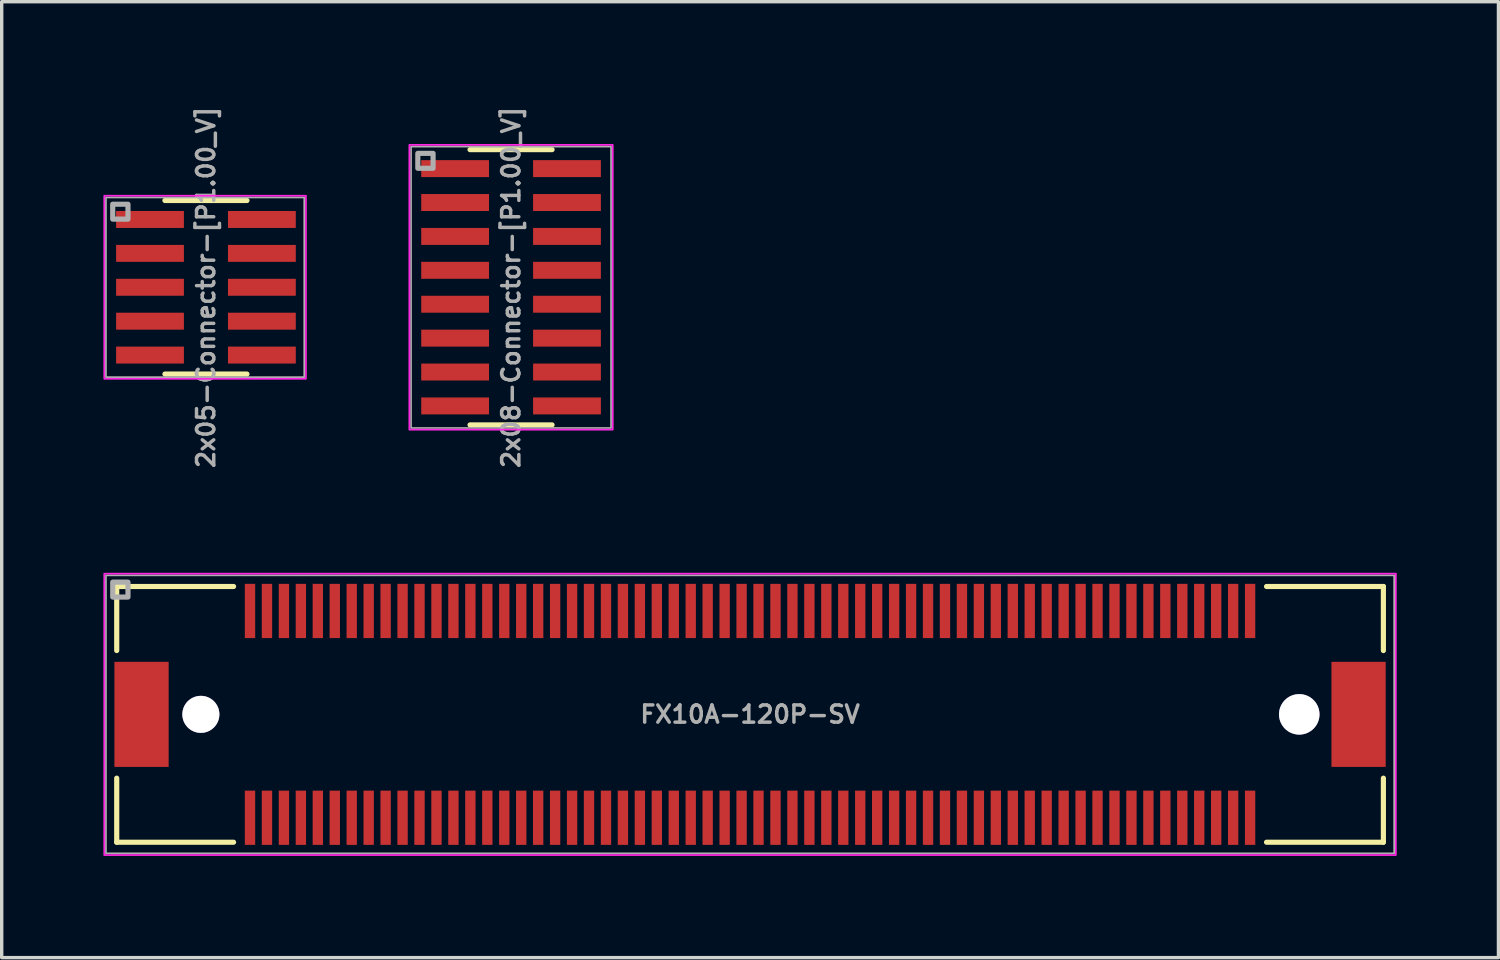
<source format=kicad_pcb>
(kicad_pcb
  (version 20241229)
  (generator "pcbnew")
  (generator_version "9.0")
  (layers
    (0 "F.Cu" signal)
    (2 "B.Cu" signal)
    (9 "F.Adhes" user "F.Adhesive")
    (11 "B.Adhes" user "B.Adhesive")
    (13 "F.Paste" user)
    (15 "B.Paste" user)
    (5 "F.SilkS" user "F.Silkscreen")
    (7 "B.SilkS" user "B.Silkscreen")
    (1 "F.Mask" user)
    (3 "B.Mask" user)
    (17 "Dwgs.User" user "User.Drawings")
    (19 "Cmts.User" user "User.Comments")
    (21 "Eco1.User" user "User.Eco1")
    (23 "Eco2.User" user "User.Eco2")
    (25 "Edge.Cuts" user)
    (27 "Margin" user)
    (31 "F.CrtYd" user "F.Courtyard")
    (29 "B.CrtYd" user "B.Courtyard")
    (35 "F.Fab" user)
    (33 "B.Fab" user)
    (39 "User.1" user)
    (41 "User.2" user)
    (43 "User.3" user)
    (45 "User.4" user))
  (footprint "2x05-Connector-[P1.00_V]"
    (layer "F.Cu")
    (at 3.025 5.424)
    (property "Reference" "2x05-Connector-[P1.00_V]" (at 0 0 270) (layer "F.Fab") (effects (font (size 0.508 0.508) (thickness 0.102))))
    (attr smd)
    (fp_line (start -1.21 -2.56) (end 1.21 -2.56) (stroke (width 0.152) (type solid)) (layer "F.SilkS"))
    (fp_line (start -1.21 2.56) (end 1.21 2.56) (stroke (width 0.152) (type solid)) (layer "F.SilkS"))
    (fp_rect (start -3 -2.7) (end 2.95 2.7) (stroke (width 0.05) (type solid)) (fill no) (layer "F.CrtYd"))
    (fp_rect (start 0 0) (end 0 0) (stroke (width 0.05) (type solid)) (fill no) (layer "F.CrtYd"))
    (fp_rect (start -2.95 -2.65) (end 2.9 2.65) (stroke (width 0.051) (type solid)) (fill no) (layer "F.Fab"))
    (fp_rect (start -2.75 -2.01) (end -2.3 -2.45) (stroke (width 0.152) (type solid)) (fill no) (layer "F.Fab"))
    (fp_rect (start 0 0) (end 0 0) (stroke (width 0.1) (type solid)) (fill no) (layer "F.Fab"))
    (pad "1" smd rect (at -1.65 -2) (size 2 0.5) (layers "F.Cu" "F.Mask" "F.Paste"))
    (pad "2" smd rect (at 1.65 -2) (size 2 0.5) (layers "F.Cu" "F.Mask" "F.Paste"))
    (pad "3" smd rect (at -1.65 -1) (size 2 0.5) (layers "F.Cu" "F.Mask" "F.Paste"))
    (pad "4" smd rect (at 1.65 -1) (size 2 0.5) (layers "F.Cu" "F.Mask" "F.Paste"))
    (pad "5" smd rect (at -1.65 0) (size 2 0.5) (layers "F.Cu" "F.Mask" "F.Paste"))
    (pad "6" smd rect (at 1.65 0) (size 2 0.5) (layers "F.Cu" "F.Mask" "F.Paste"))
    (pad "7" smd rect (at -1.65 1) (size 2 0.5) (layers "F.Cu" "F.Mask" "F.Paste"))
    (pad "8" smd rect (at 1.65 1) (size 2 0.5) (layers "F.Cu" "F.Mask" "F.Paste"))
    (pad "9" smd rect (at -1.65 2) (size 2 0.5) (layers "F.Cu" "F.Mask" "F.Paste"))
    (pad "10" smd rect (at 1.65 2) (size 2 0.5) (layers "F.Cu" "F.Mask" "F.Paste")))
  (footprint "2x08-Connector-[P1.00_V]"
    (layer "F.Cu")
    (at 12.025 5.424)
    (property "Reference" "2x08-Connector-[P1.00_V]" (at 0 0 90) (layer "F.Fab") (effects (font (size 0.508 0.508) (thickness 0.102))))
    (attr smd)
    (fp_line (start -1.21 -4.06) (end 1.21 -4.06) (stroke (width 0.152) (type solid)) (layer "F.SilkS"))
    (fp_line (start -1.21 4.06) (end 1.21 4.06) (stroke (width 0.152) (type solid)) (layer "F.SilkS"))
    (fp_rect (start 0 0) (end 0 0) (stroke (width 0.05) (type solid)) (fill no) (layer "F.CrtYd"))
    (fp_rect (start 3 -4.2) (end -3 4.2) (stroke (width 0.051) (type solid)) (fill no) (layer "F.CrtYd"))
    (fp_rect (start -2.95 -4.15) (end 2.95 4.15) (stroke (width 0.051) (type solid)) (fill no) (layer "F.Fab"))
    (fp_rect (start -2.75 -3.51) (end -2.3 -3.95) (stroke (width 0.152) (type solid)) (fill no) (layer "F.Fab"))
    (fp_rect (start 0 0) (end 0 0) (stroke (width 0.1) (type solid)) (fill no) (layer "F.Fab"))
    (pad "1" smd rect (at -1.65 -3.5) (size 2 0.5) (layers "F.Cu" "F.Mask" "F.Paste"))
    (pad "2" smd rect (at 1.65 -3.5) (size 2 0.5) (layers "F.Cu" "F.Mask" "F.Paste"))
    (pad "3" smd rect (at -1.65 -2.5) (size 2 0.5) (layers "F.Cu" "F.Mask" "F.Paste"))
    (pad "4" smd rect (at 1.65 -2.5) (size 2 0.5) (layers "F.Cu" "F.Mask" "F.Paste"))
    (pad "5" smd rect (at -1.65 -1.5) (size 2 0.5) (layers "F.Cu" "F.Mask" "F.Paste"))
    (pad "6" smd rect (at 1.65 -1.5) (size 2 0.5) (layers "F.Cu" "F.Mask" "F.Paste"))
    (pad "7" smd rect (at -1.65 -0.5) (size 2 0.5) (layers "F.Cu" "F.Mask" "F.Paste"))
    (pad "8" smd rect (at 1.65 -0.5) (size 2 0.5) (layers "F.Cu" "F.Mask" "F.Paste"))
    (pad "9" smd rect (at -1.65 0.5) (size 2 0.5) (layers "F.Cu" "F.Mask" "F.Paste"))
    (pad "10" smd rect (at 1.65 0.5) (size 2 0.5) (layers "F.Cu" "F.Mask" "F.Paste"))
    (pad "11" smd rect (at -1.65 1.5) (size 2 0.5) (layers "F.Cu" "F.Mask" "F.Paste"))
    (pad "12" smd rect (at 1.65 1.5) (size 2 0.5) (layers "F.Cu" "F.Mask" "F.Paste"))
    (pad "13" smd rect (at -1.65 2.5) (size 2 0.5) (layers "F.Cu" "F.Mask" "F.Paste"))
    (pad "14" smd rect (at 1.65 2.5) (size 2 0.5) (layers "F.Cu" "F.Mask" "F.Paste"))
    (pad "15" smd rect (at -1.65 3.5) (size 2 0.5) (layers "F.Cu" "F.Mask" "F.Paste"))
    (pad "16" smd rect (at 1.65 3.5) (size 2 0.5) (layers "F.Cu" "F.Mask" "F.Paste")))
  (footprint "FX10A-120P-SV"
    (layer "F.Cu")
    (at 19.075 18.022)
    (property "Reference" "FX10A-120P-SV" (at 0 0 0) (layer "F.Fab") (effects (font (size 0.508 0.508) (thickness 0.102))))
    (attr smd)
    (fp_line (start -18.682 -3.772) (end -18.682 -1.882) (stroke (width 0.152) (type solid)) (layer "F.SilkS"))
    (fp_line (start -18.682 1.882) (end -18.682 3.772) (stroke (width 0.152) (type solid)) (layer "F.SilkS"))
    (fp_line (start -18.682 3.772) (end -15.235 3.772) (stroke (width 0.152) (type solid)) (layer "F.SilkS"))
    (fp_line (start -15.235 -3.772) (end -18.682 -3.772) (stroke (width 0.152) (type solid)) (layer "F.SilkS"))
    (fp_line (start 15.235 3.772) (end 18.682 3.772) (stroke (width 0.152) (type solid)) (layer "F.SilkS"))
    (fp_line (start 18.682 -3.772) (end 15.235 -3.772) (stroke (width 0.152) (type solid)) (layer "F.SilkS"))
    (fp_line (start 18.682 -1.882) (end 18.682 -3.772) (stroke (width 0.152) (type solid)) (layer "F.SilkS"))
    (fp_line (start 18.682 3.772) (end 18.682 1.882) (stroke (width 0.152) (type solid)) (layer "F.SilkS"))
    (fp_rect (start 0 0) (end 0 0) (stroke (width 0.05) (type solid)) (fill no) (layer "F.CrtYd"))
    (fp_rect (start 19.05 4.15) (end -19.05 -4.15) (stroke (width 0.051) (type solid)) (fill no) (layer "F.CrtYd"))
    (fp_rect (start -19 -4.1) (end 19 4.1) (stroke (width 0.051) (type solid)) (fill no) (layer "F.Fab"))
    (fp_rect (start -18.8 -3.46) (end -18.35 -3.9) (stroke (width 0.152) (type solid)) (fill no) (layer "F.Fab"))
    (fp_rect (start 0 0) (end 0 0) (stroke (width 0.1) (type solid)) (fill no) (layer "F.Fab"))
    (pad "1" smd rect (at -14.75 -3.05) (size 0.305 1.6) (layers "F.Cu" "F.Mask" "F.Paste"))
    (pad "2" smd rect (at -14.75 3.05) (size 0.305 1.6) (layers "F.Cu" "F.Mask" "F.Paste"))
    (pad "3" smd rect (at -14.25 -3.05) (size 0.305 1.6) (layers "F.Cu" "F.Mask" "F.Paste"))
    (pad "4" smd rect (at -14.25 3.05) (size 0.305 1.6) (layers "F.Cu" "F.Mask" "F.Paste"))
    (pad "5" smd rect (at -13.75 -3.05) (size 0.305 1.6) (layers "F.Cu" "F.Mask" "F.Paste"))
    (pad "6" smd rect (at -13.75 3.05) (size 0.305 1.6) (layers "F.Cu" "F.Mask" "F.Paste"))
    (pad "7" smd rect (at -13.25 -3.05) (size 0.305 1.6) (layers "F.Cu" "F.Mask" "F.Paste"))
    (pad "8" smd rect (at -13.25 3.05) (size 0.305 1.6) (layers "F.Cu" "F.Mask" "F.Paste"))
    (pad "9" smd rect (at -12.75 -3.05) (size 0.305 1.6) (layers "F.Cu" "F.Mask" "F.Paste"))
    (pad "10" smd rect (at -12.75 3.05) (size 0.305 1.6) (layers "F.Cu" "F.Mask" "F.Paste"))
    (pad "11" smd rect (at -12.25 -3.05) (size 0.305 1.6) (layers "F.Cu" "F.Mask" "F.Paste"))
    (pad "12" smd rect (at -12.25 3.05) (size 0.305 1.6) (layers "F.Cu" "F.Mask" "F.Paste"))
    (pad "13" smd rect (at -11.75 -3.05) (size 0.305 1.6) (layers "F.Cu" "F.Mask" "F.Paste"))
    (pad "14" smd rect (at -11.75 3.05) (size 0.305 1.6) (layers "F.Cu" "F.Mask" "F.Paste"))
    (pad "15" smd rect (at -11.25 -3.05) (size 0.305 1.6) (layers "F.Cu" "F.Mask" "F.Paste"))
    (pad "16" smd rect (at -11.25 3.05) (size 0.305 1.6) (layers "F.Cu" "F.Mask" "F.Paste"))
    (pad "17" smd rect (at -10.75 -3.05) (size 0.305 1.6) (layers "F.Cu" "F.Mask" "F.Paste"))
    (pad "18" smd rect (at -10.75 3.05) (size 0.305 1.6) (layers "F.Cu" "F.Mask" "F.Paste"))
    (pad "19" smd rect (at -10.25 -3.05) (size 0.305 1.6) (layers "F.Cu" "F.Mask" "F.Paste"))
    (pad "20" smd rect (at -10.25 3.05) (size 0.305 1.6) (layers "F.Cu" "F.Mask" "F.Paste"))
    (pad "21" smd rect (at -9.75 -3.05) (size 0.305 1.6) (layers "F.Cu" "F.Mask" "F.Paste"))
    (pad "22" smd rect (at -9.75 3.05) (size 0.305 1.6) (layers "F.Cu" "F.Mask" "F.Paste"))
    (pad "23" smd rect (at -9.25 -3.05) (size 0.305 1.6) (layers "F.Cu" "F.Mask" "F.Paste"))
    (pad "24" smd rect (at -9.25 3.05) (size 0.305 1.6) (layers "F.Cu" "F.Mask" "F.Paste"))
    (pad "25" smd rect (at -8.75 -3.05) (size 0.305 1.6) (layers "F.Cu" "F.Mask" "F.Paste"))
    (pad "26" smd rect (at -8.75 3.05) (size 0.305 1.6) (layers "F.Cu" "F.Mask" "F.Paste"))
    (pad "27" smd rect (at -8.25 -3.05) (size 0.305 1.6) (layers "F.Cu" "F.Mask" "F.Paste"))
    (pad "28" smd rect (at -8.25 3.05) (size 0.305 1.6) (layers "F.Cu" "F.Mask" "F.Paste"))
    (pad "29" smd rect (at -7.75 -3.05) (size 0.305 1.6) (layers "F.Cu" "F.Mask" "F.Paste"))
    (pad "30" smd rect (at -7.75 3.05) (size 0.305 1.6) (layers "F.Cu" "F.Mask" "F.Paste"))
    (pad "31" smd rect (at -7.25 -3.05) (size 0.305 1.6) (layers "F.Cu" "F.Mask" "F.Paste"))
    (pad "32" smd rect (at -7.25 3.05) (size 0.305 1.6) (layers "F.Cu" "F.Mask" "F.Paste"))
    (pad "33" smd rect (at -6.75 -3.05) (size 0.305 1.6) (layers "F.Cu" "F.Mask" "F.Paste"))
    (pad "34" smd rect (at -6.75 3.05) (size 0.305 1.6) (layers "F.Cu" "F.Mask" "F.Paste"))
    (pad "35" smd rect (at -6.25 -3.05) (size 0.305 1.6) (layers "F.Cu" "F.Mask" "F.Paste"))
    (pad "36" smd rect (at -6.25 3.05) (size 0.305 1.6) (layers "F.Cu" "F.Mask" "F.Paste"))
    (pad "37" smd rect (at -5.75 -3.05) (size 0.305 1.6) (layers "F.Cu" "F.Mask" "F.Paste"))
    (pad "38" smd rect (at -5.75 3.05) (size 0.305 1.6) (layers "F.Cu" "F.Mask" "F.Paste"))
    (pad "39" smd rect (at -5.25 -3.05) (size 0.305 1.6) (layers "F.Cu" "F.Mask" "F.Paste"))
    (pad "40" smd rect (at -5.25 3.05) (size 0.305 1.6) (layers "F.Cu" "F.Mask" "F.Paste"))
    (pad "41" smd rect (at -4.75 -3.05) (size 0.305 1.6) (layers "F.Cu" "F.Mask" "F.Paste"))
    (pad "42" smd rect (at -4.75 3.05) (size 0.305 1.6) (layers "F.Cu" "F.Mask" "F.Paste"))
    (pad "43" smd rect (at -4.25 -3.05) (size 0.305 1.6) (layers "F.Cu" "F.Mask" "F.Paste"))
    (pad "44" smd rect (at -4.25 3.05) (size 0.305 1.6) (layers "F.Cu" "F.Mask" "F.Paste"))
    (pad "45" smd rect (at -3.75 -3.05) (size 0.305 1.6) (layers "F.Cu" "F.Mask" "F.Paste"))
    (pad "46" smd rect (at -3.75 3.05) (size 0.305 1.6) (layers "F.Cu" "F.Mask" "F.Paste"))
    (pad "47" smd rect (at -3.25 -3.05) (size 0.305 1.6) (layers "F.Cu" "F.Mask" "F.Paste"))
    (pad "48" smd rect (at -3.25 3.05) (size 0.305 1.6) (layers "F.Cu" "F.Mask" "F.Paste"))
    (pad "49" smd rect (at -2.75 -3.05) (size 0.305 1.6) (layers "F.Cu" "F.Mask" "F.Paste"))
    (pad "50" smd rect (at -2.75 3.05) (size 0.305 1.6) (layers "F.Cu" "F.Mask" "F.Paste"))
    (pad "51" smd rect (at -2.25 -3.05) (size 0.305 1.6) (layers "F.Cu" "F.Mask" "F.Paste"))
    (pad "52" smd rect (at -2.25 3.05) (size 0.305 1.6) (layers "F.Cu" "F.Mask" "F.Paste"))
    (pad "53" smd rect (at -1.75 -3.05) (size 0.305 1.6) (layers "F.Cu" "F.Mask" "F.Paste"))
    (pad "54" smd rect (at -1.75 3.05) (size 0.305 1.6) (layers "F.Cu" "F.Mask" "F.Paste"))
    (pad "55" smd rect (at -1.25 -3.05) (size 0.305 1.6) (layers "F.Cu" "F.Mask" "F.Paste"))
    (pad "56" smd rect (at -1.25 3.05) (size 0.305 1.6) (layers "F.Cu" "F.Mask" "F.Paste"))
    (pad "57" smd rect (at -0.75 -3.05) (size 0.305 1.6) (layers "F.Cu" "F.Mask" "F.Paste"))
    (pad "58" smd rect (at -0.75 3.05) (size 0.305 1.6) (layers "F.Cu" "F.Mask" "F.Paste"))
    (pad "59" smd rect (at -0.25 -3.05) (size 0.305 1.6) (layers "F.Cu" "F.Mask" "F.Paste"))
    (pad "60" smd rect (at -0.25 3.05) (size 0.305 1.6) (layers "F.Cu" "F.Mask" "F.Paste"))
    (pad "61" smd rect (at 0.25 -3.05) (size 0.305 1.6) (layers "F.Cu" "F.Mask" "F.Paste"))
    (pad "62" smd rect (at 0.25 3.05) (size 0.305 1.6) (layers "F.Cu" "F.Mask" "F.Paste"))
    (pad "63" smd rect (at 0.75 -3.05) (size 0.305 1.6) (layers "F.Cu" "F.Mask" "F.Paste"))
    (pad "64" smd rect (at 0.75 3.05) (size 0.305 1.6) (layers "F.Cu" "F.Mask" "F.Paste"))
    (pad "65" smd rect (at 1.25 -3.05) (size 0.305 1.6) (layers "F.Cu" "F.Mask" "F.Paste"))
    (pad "66" smd rect (at 1.25 3.05) (size 0.305 1.6) (layers "F.Cu" "F.Mask" "F.Paste"))
    (pad "67" smd rect (at 1.75 -3.05) (size 0.305 1.6) (layers "F.Cu" "F.Mask" "F.Paste"))
    (pad "68" smd rect (at 1.75 3.05) (size 0.305 1.6) (layers "F.Cu" "F.Mask" "F.Paste"))
    (pad "69" smd rect (at 2.25 -3.05) (size 0.305 1.6) (layers "F.Cu" "F.Mask" "F.Paste"))
    (pad "70" smd rect (at 2.25 3.05) (size 0.305 1.6) (layers "F.Cu" "F.Mask" "F.Paste"))
    (pad "71" smd rect (at 2.75 -3.05) (size 0.305 1.6) (layers "F.Cu" "F.Mask" "F.Paste"))
    (pad "72" smd rect (at 2.75 3.05) (size 0.305 1.6) (layers "F.Cu" "F.Mask" "F.Paste"))
    (pad "73" smd rect (at 3.25 -3.05) (size 0.305 1.6) (layers "F.Cu" "F.Mask" "F.Paste"))
    (pad "74" smd rect (at 3.25 3.05) (size 0.305 1.6) (layers "F.Cu" "F.Mask" "F.Paste"))
    (pad "75" smd rect (at 3.75 -3.05) (size 0.305 1.6) (layers "F.Cu" "F.Mask" "F.Paste"))
    (pad "76" smd rect (at 3.75 3.05) (size 0.305 1.6) (layers "F.Cu" "F.Mask" "F.Paste"))
    (pad "77" smd rect (at 4.25 -3.05) (size 0.305 1.6) (layers "F.Cu" "F.Mask" "F.Paste"))
    (pad "78" smd rect (at 4.25 3.05) (size 0.305 1.6) (layers "F.Cu" "F.Mask" "F.Paste"))
    (pad "79" smd rect (at 4.75 -3.05) (size 0.305 1.6) (layers "F.Cu" "F.Mask" "F.Paste"))
    (pad "80" smd rect (at 4.75 3.05) (size 0.305 1.6) (layers "F.Cu" "F.Mask" "F.Paste"))
    (pad "81" smd rect (at 5.25 -3.05) (size 0.305 1.6) (layers "F.Cu" "F.Mask" "F.Paste"))
    (pad "82" smd rect (at 5.25 3.05) (size 0.305 1.6) (layers "F.Cu" "F.Mask" "F.Paste"))
    (pad "83" smd rect (at 5.75 -3.05) (size 0.305 1.6) (layers "F.Cu" "F.Mask" "F.Paste"))
    (pad "84" smd rect (at 5.75 3.05) (size 0.305 1.6) (layers "F.Cu" "F.Mask" "F.Paste"))
    (pad "85" smd rect (at 6.25 -3.05) (size 0.305 1.6) (layers "F.Cu" "F.Mask" "F.Paste"))
    (pad "86" smd rect (at 6.25 3.05) (size 0.305 1.6) (layers "F.Cu" "F.Mask" "F.Paste"))
    (pad "87" smd rect (at 6.75 -3.05) (size 0.305 1.6) (layers "F.Cu" "F.Mask" "F.Paste"))
    (pad "88" smd rect (at 6.75 3.05) (size 0.305 1.6) (layers "F.Cu" "F.Mask" "F.Paste"))
    (pad "89" smd rect (at 7.25 -3.05) (size 0.305 1.6) (layers "F.Cu" "F.Mask" "F.Paste"))
    (pad "90" smd rect (at 7.25 3.05) (size 0.305 1.6) (layers "F.Cu" "F.Mask" "F.Paste"))
    (pad "91" smd rect (at 7.75 -3.05) (size 0.305 1.6) (layers "F.Cu" "F.Mask" "F.Paste"))
    (pad "92" smd rect (at 7.75 3.05) (size 0.305 1.6) (layers "F.Cu" "F.Mask" "F.Paste"))
    (pad "93" smd rect (at 8.25 -3.05) (size 0.305 1.6) (layers "F.Cu" "F.Mask" "F.Paste"))
    (pad "94" smd rect (at 8.25 3.05) (size 0.305 1.6) (layers "F.Cu" "F.Mask" "F.Paste"))
    (pad "95" smd rect (at 8.75 -3.05) (size 0.305 1.6) (layers "F.Cu" "F.Mask" "F.Paste"))
    (pad "96" smd rect (at 8.75 3.05) (size 0.305 1.6) (layers "F.Cu" "F.Mask" "F.Paste"))
    (pad "97" smd rect (at 9.25 -3.05) (size 0.305 1.6) (layers "F.Cu" "F.Mask" "F.Paste"))
    (pad "98" smd rect (at 9.25 3.05) (size 0.305 1.6) (layers "F.Cu" "F.Mask" "F.Paste"))
    (pad "99" smd rect (at 9.75 -3.05) (size 0.305 1.6) (layers "F.Cu" "F.Mask" "F.Paste"))
    (pad "100" smd rect (at 9.75 3.05) (size 0.305 1.6) (layers "F.Cu" "F.Mask" "F.Paste"))
    (pad "101" smd rect (at 10.25 -3.05) (size 0.305 1.6) (layers "F.Cu" "F.Mask" "F.Paste"))
    (pad "102" smd rect (at 10.25 3.05) (size 0.305 1.6) (layers "F.Cu" "F.Mask" "F.Paste"))
    (pad "103" smd rect (at 10.75 -3.05) (size 0.305 1.6) (layers "F.Cu" "F.Mask" "F.Paste"))
    (pad "104" smd rect (at 10.75 3.05) (size 0.305 1.6) (layers "F.Cu" "F.Mask" "F.Paste"))
    (pad "105" smd rect (at 11.25 -3.05) (size 0.305 1.6) (layers "F.Cu" "F.Mask" "F.Paste"))
    (pad "106" smd rect (at 11.25 3.05) (size 0.305 1.6) (layers "F.Cu" "F.Mask" "F.Paste"))
    (pad "107" smd rect (at 11.75 -3.05) (size 0.305 1.6) (layers "F.Cu" "F.Mask" "F.Paste"))
    (pad "108" smd rect (at 11.75 3.05) (size 0.305 1.6) (layers "F.Cu" "F.Mask" "F.Paste"))
    (pad "109" smd rect (at 12.25 -3.05) (size 0.305 1.6) (layers "F.Cu" "F.Mask" "F.Paste"))
    (pad "110" smd rect (at 12.25 3.05) (size 0.305 1.6) (layers "F.Cu" "F.Mask" "F.Paste"))
    (pad "111" smd rect (at 12.75 -3.05) (size 0.305 1.6) (layers "F.Cu" "F.Mask" "F.Paste"))
    (pad "112" smd rect (at 12.75 3.05) (size 0.305 1.6) (layers "F.Cu" "F.Mask" "F.Paste"))
    (pad "113" smd rect (at 13.25 -3.05) (size 0.305 1.6) (layers "F.Cu" "F.Mask" "F.Paste"))
    (pad "114" smd rect (at 13.25 3.05) (size 0.305 1.6) (layers "F.Cu" "F.Mask" "F.Paste"))
    (pad "115" smd rect (at 13.75 -3.05) (size 0.305 1.6) (layers "F.Cu" "F.Mask" "F.Paste"))
    (pad "116" smd rect (at 13.75 3.05) (size 0.305 1.6) (layers "F.Cu" "F.Mask" "F.Paste"))
    (pad "117" smd rect (at 14.25 -3.05) (size 0.305 1.6) (layers "F.Cu" "F.Mask" "F.Paste"))
    (pad "118" smd rect (at 14.25 3.05) (size 0.305 1.6) (layers "F.Cu" "F.Mask" "F.Paste"))
    (pad "119" smd rect (at 14.75 -3.05) (size 0.305 1.6) (layers "F.Cu" "F.Mask" "F.Paste"))
    (pad "120" smd rect (at 14.75 3.05) (size 0.305 1.6) (layers "F.Cu" "F.Mask" "F.Paste"))
    (pad "121" smd rect (at -17.95 0) (size 1.6 3.099) (layers "F.Cu" "F.Mask" "F.Paste"))
    (pad "122" smd rect (at 17.95 0) (size 1.6 3.099) (layers "F.Cu" "F.Mask" "F.Paste"))
    (pad "123" thru_hole circle (at -16.2 0) (size 1.092 1.092) (drill 1.092) (layers "*.Cu" "*.Mask"))
    (pad "124" thru_hole circle (at 16.2 0) (size 1.194 1.194) (drill 1.194) (layers "*.Cu" "*.Mask")))
  (gr_rect
    (start -3 -3)
    (end 41.151 25.198)
    (stroke (width 0.1) (type default))
    (fill no)
    (layer "Edge.Cuts")))
</source>
